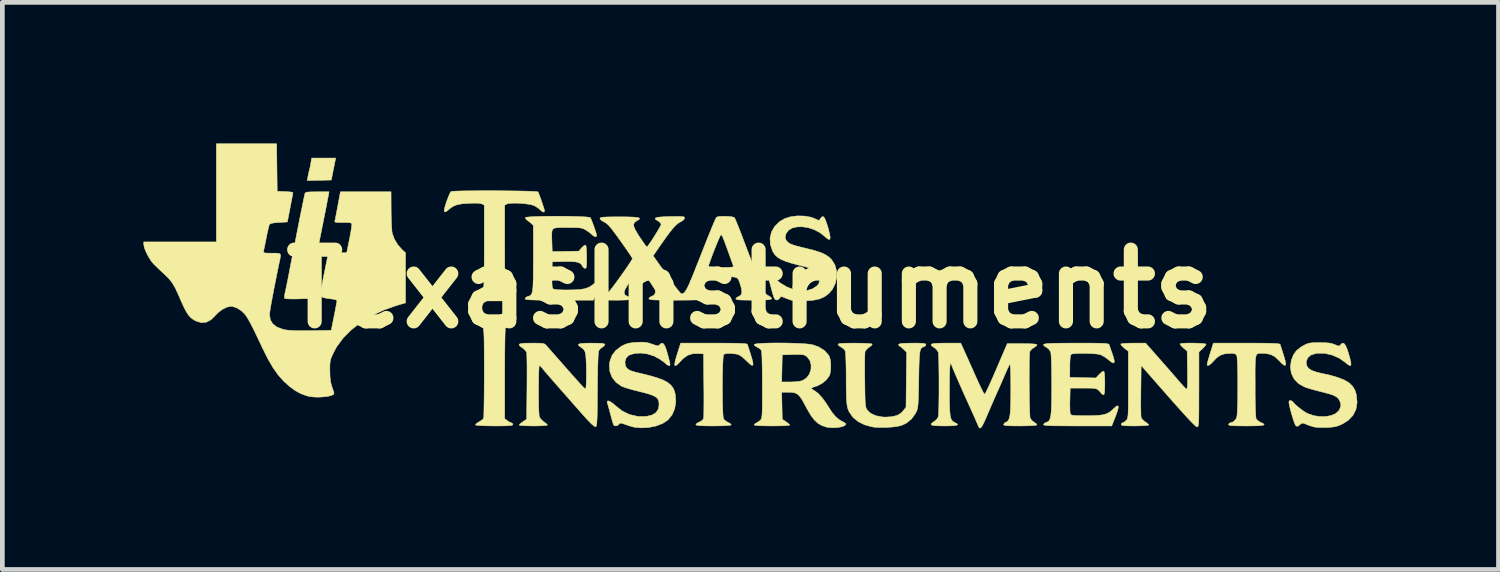
<source format=kicad_pcb>
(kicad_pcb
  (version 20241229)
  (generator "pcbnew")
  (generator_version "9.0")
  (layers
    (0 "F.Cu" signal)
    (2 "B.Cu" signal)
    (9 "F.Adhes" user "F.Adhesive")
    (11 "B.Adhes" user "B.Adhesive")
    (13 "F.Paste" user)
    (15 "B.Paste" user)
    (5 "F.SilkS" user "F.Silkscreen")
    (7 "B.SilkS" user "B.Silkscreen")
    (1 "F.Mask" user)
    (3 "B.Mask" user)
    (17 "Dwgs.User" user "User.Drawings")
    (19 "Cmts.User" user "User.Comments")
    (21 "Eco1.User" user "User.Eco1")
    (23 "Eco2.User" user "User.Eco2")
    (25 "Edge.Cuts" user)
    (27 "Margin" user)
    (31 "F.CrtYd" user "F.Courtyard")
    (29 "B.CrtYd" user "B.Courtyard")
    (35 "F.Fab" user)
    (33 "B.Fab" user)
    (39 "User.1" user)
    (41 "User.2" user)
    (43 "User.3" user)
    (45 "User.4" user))
  (footprint "TexasInstruments"
    (layer "F.Cu")
    (at 12.89 3.09)
    (property "Reference" "TexasInstruments" (at 0 0 0) (layer "F.SilkS") (effects (font (size 1.524 1.524) (thickness 0.3))))
    (attr through_hole)
    (fp_poly (pts (xy -8.853 -2.548) (xy -8.899 -2.314) (xy -9.41 -2.302) (xy -9.397 -2.384) (xy -9.382 -2.459) (xy -9.365 -2.528) (xy -9.364 -2.531) (xy -9.349 -2.596) (xy -9.334 -2.674) (xy -9.332 -2.689) (xy -9.317 -2.781) (xy -8.806 -2.781) (xy -8.853 -2.548)) (stroke (width 0.01) (type solid)) (fill yes) (layer "F.SilkS"))
    (fp_poly (pts (xy -8.958 -2.004) (xy -8.974 -1.921) (xy -8.993 -1.823) (xy -9.015 -1.706) (xy -9.043 -1.567) (xy -9.076 -1.401) (xy -9.115 -1.205) (xy -9.161 -0.974) (xy -9.215 -0.706) (xy -9.219 -0.684) (xy -9.397 0.206) (xy -9.64 0.213) (xy -9.738 0.213) (xy -9.82 0.211) (xy -9.875 0.206) (xy -9.894 0.201) (xy -9.896 0.17) (xy -9.889 0.114) (xy -9.883 0.086) (xy -9.871 0.032) (xy -9.856 -0.036) (xy -9.839 -0.123) (xy -9.816 -0.237) (xy -9.788 -0.384) (xy -9.766 -0.5) (xy -9.745 -0.608) (xy -9.721 -0.727) (xy -9.704 -0.815) (xy -9.684 -0.917) (xy -9.662 -1.025) (xy -9.648 -1.097) (xy -9.623 -1.228) (xy -9.595 -1.368) (xy -9.567 -1.511) (xy -9.539 -1.648) (xy -9.513 -1.775) (xy -9.491 -1.883) (xy -9.474 -1.965) (xy -9.463 -2.016) (xy -9.46 -2.026) (xy -9.45 -2.043) (xy -9.428 -2.054) (xy -9.386 -2.06) (xy -9.316 -2.063) (xy -9.21 -2.064) (xy -9.198 -2.064) (xy -8.947 -2.064) (xy -8.958 -2.004)) (stroke (width 0.01) (type solid)) (fill yes) (layer "F.SilkS"))
    (fp_poly (pts (xy -5.288 0.609) (xy -5.183 0.611) (xy -5.111 0.615) (xy -5.067 0.621) (xy -5.046 0.629) (xy -5.041 0.638) (xy -5.059 0.666) (xy -5.103 0.694) (xy -5.107 0.696) (xy -5.16 0.726) (xy -5.194 0.762) (xy -5.199 0.793) (xy -5.203 0.864) (xy -5.207 0.972) (xy -5.21 1.113) (xy -5.212 1.285) (xy -5.214 1.485) (xy -5.215 1.708) (xy -5.215 1.779) (xy -5.215 2.756) (xy -5.157 2.801) (xy -5.11 2.833) (xy -5.072 2.846) (xy -5.071 2.846) (xy -5.044 2.864) (xy -5.041 2.879) (xy -5.046 2.891) (xy -5.067 2.899) (xy -5.107 2.905) (xy -5.174 2.909) (xy -5.271 2.911) (xy -5.406 2.912) (xy -5.431 2.912) (xy -5.566 2.91) (xy -5.679 2.907) (xy -5.766 2.902) (xy -5.819 2.896) (xy -5.833 2.891) (xy -5.824 2.869) (xy -5.785 2.84) (xy -5.761 2.826) (xy -5.706 2.792) (xy -5.669 2.758) (xy -5.663 2.748) (xy -5.66 2.719) (xy -5.657 2.652) (xy -5.655 2.55) (xy -5.653 2.419) (xy -5.651 2.263) (xy -5.65 2.086) (xy -5.649 1.894) (xy -5.649 1.763) (xy -5.649 1.528) (xy -5.65 1.332) (xy -5.651 1.171) (xy -5.653 1.043) (xy -5.657 0.942) (xy -5.664 0.865) (xy -5.673 0.808) (xy -5.685 0.767) (xy -5.701 0.739) (xy -5.721 0.718) (xy -5.746 0.702) (xy -5.776 0.687) (xy -5.782 0.683) (xy -5.822 0.656) (xy -5.834 0.631) (xy -5.833 0.629) (xy -5.808 0.622) (xy -5.745 0.616) (xy -5.651 0.612) (xy -5.532 0.609) (xy -5.431 0.608) (xy -5.288 0.609)) (stroke (width 0.01) (type solid)) (fill yes) (layer "F.SilkS"))
    (fp_poly (pts (xy -0.566 1.152) (xy -0.402 1.153) (xy -0.274 1.155) (xy -0.18 1.159) (xy -0.114 1.163) (xy -0.075 1.169) (xy -0.057 1.176) (xy -0.056 1.179) (xy -0.046 1.211) (xy -0.026 1.273) (xy -0.00029 1.353) (xy 0.009 1.382) (xy 0.044 1.499) (xy 0.062 1.577) (xy 0.061 1.619) (xy 0.04 1.625) (xy -0.002 1.597) (xy -0.067 1.538) (xy -0.091 1.514) (xy -0.167 1.445) (xy -0.229 1.404) (xy -0.289 1.384) (xy -0.294 1.384) (xy -0.405 1.371) (xy -0.493 1.372) (xy -0.55 1.387) (xy -0.561 1.395) (xy -0.568 1.424) (xy -0.574 1.489) (xy -0.579 1.585) (xy -0.583 1.704) (xy -0.586 1.841) (xy -0.588 1.988) (xy -0.588 2.139) (xy -0.587 2.288) (xy -0.585 2.427) (xy -0.581 2.551) (xy -0.577 2.652) (xy -0.571 2.725) (xy -0.564 2.762) (xy -0.563 2.763) (xy -0.528 2.8) (xy -0.472 2.835) (xy -0.465 2.838) (xy -0.419 2.863) (xy -0.401 2.886) (xy -0.402 2.89) (xy -0.428 2.898) (xy -0.491 2.904) (xy -0.586 2.909) (xy -0.705 2.911) (xy -0.783 2.912) (xy -0.924 2.911) (xy -1.026 2.908) (xy -1.094 2.904) (xy -1.134 2.897) (xy -1.151 2.887) (xy -1.152 2.883) (xy -1.133 2.858) (xy -1.087 2.832) (xy -1.076 2.828) (xy -1.015 2.793) (xy -0.988 2.753) (xy -0.985 2.72) (xy -0.983 2.649) (xy -0.982 2.546) (xy -0.981 2.417) (xy -0.981 2.268) (xy -0.982 2.105) (xy -0.983 2.042) (xy -0.989 1.38) (xy -1.091 1.373) (xy -1.22 1.377) (xy -1.325 1.41) (xy -1.419 1.476) (xy -1.463 1.521) (xy -1.528 1.59) (xy -1.572 1.627) (xy -1.597 1.63) (xy -1.603 1.599) (xy -1.591 1.532) (xy -1.562 1.426) (xy -1.541 1.361) (xy -1.475 1.152) (xy -0.769 1.152) (xy -0.566 1.152)) (stroke (width 0.01) (type solid)) (fill yes) (layer "F.SilkS"))
    (fp_poly (pts (xy 10.755 1.152) (xy 10.919 1.153) (xy 11.046 1.155) (xy 11.141 1.159) (xy 11.206 1.163) (xy 11.246 1.169) (xy 11.263 1.176) (xy 11.265 1.179) (xy 11.275 1.21) (xy 11.295 1.273) (xy 11.321 1.355) (xy 11.338 1.408) (xy 11.37 1.519) (xy 11.383 1.59) (xy 11.375 1.624) (xy 11.347 1.621) (xy 11.298 1.582) (xy 11.243 1.524) (xy 11.154 1.44) (xy 11.061 1.392) (xy 10.95 1.371) (xy 10.893 1.369) (xy 10.849 1.368) (xy 10.813 1.369) (xy 10.786 1.376) (xy 10.766 1.394) (xy 10.752 1.426) (xy 10.742 1.478) (xy 10.737 1.554) (xy 10.734 1.658) (xy 10.733 1.794) (xy 10.734 1.968) (xy 10.734 2.057) (xy 10.734 2.276) (xy 10.737 2.455) (xy 10.741 2.595) (xy 10.746 2.694) (xy 10.753 2.751) (xy 10.757 2.763) (xy 10.793 2.801) (xy 10.848 2.835) (xy 10.855 2.838) (xy 10.905 2.861) (xy 10.925 2.879) (xy 10.914 2.893) (xy 10.869 2.902) (xy 10.788 2.908) (xy 10.667 2.911) (xy 10.549 2.912) (xy 10.41 2.911) (xy 10.309 2.909) (xy 10.239 2.906) (xy 10.197 2.9) (xy 10.175 2.892) (xy 10.169 2.88) (xy 10.169 2.879) (xy 10.187 2.851) (xy 10.207 2.846) (xy 10.27 2.824) (xy 10.322 2.769) (xy 10.342 2.729) (xy 10.348 2.69) (xy 10.354 2.615) (xy 10.358 2.511) (xy 10.362 2.385) (xy 10.364 2.245) (xy 10.364 2.096) (xy 10.364 1.946) (xy 10.363 1.802) (xy 10.36 1.671) (xy 10.356 1.559) (xy 10.351 1.474) (xy 10.345 1.422) (xy 10.342 1.411) (xy 10.315 1.383) (xy 10.267 1.371) (xy 10.217 1.369) (xy 10.093 1.378) (xy 9.997 1.408) (xy 9.915 1.464) (xy 9.859 1.522) (xy 9.796 1.589) (xy 9.748 1.624) (xy 9.72 1.626) (xy 9.712 1.603) (xy 9.719 1.573) (xy 9.735 1.511) (xy 9.76 1.428) (xy 9.779 1.364) (xy 9.846 1.152) (xy 10.551 1.152) (xy 10.755 1.152)) (stroke (width 0.01) (type solid)) (fill yes) (layer "F.SilkS"))
    (fp_poly (pts (xy -5.394 -2.086) (xy -5.221 -2.085) (xy -5.055 -2.083) (xy -4.902 -2.081) (xy -4.765 -2.078) (xy -4.653 -2.074) (xy -4.568 -2.07) (xy -4.519 -2.065) (xy -4.507 -2.062) (xy -4.491 -2.027) (xy -4.467 -1.965) (xy -4.439 -1.887) (xy -4.411 -1.805) (xy -4.387 -1.731) (xy -4.371 -1.677) (xy -4.367 -1.657) (xy -4.379 -1.632) (xy -4.412 -1.64) (xy -4.459 -1.679) (xy -4.463 -1.684) (xy -4.517 -1.728) (xy -4.585 -1.768) (xy -4.598 -1.774) (xy -4.662 -1.792) (xy -4.752 -1.807) (xy -4.856 -1.818) (xy -4.962 -1.823) (xy -5.058 -1.822) (xy -5.133 -1.816) (xy -5.168 -1.805) (xy -5.215 -1.78) (xy -5.215 -0.867) (xy -5.214 -0.647) (xy -5.213 -0.449) (xy -5.21 -0.277) (xy -5.207 -0.134) (xy -5.204 -0.024) (xy -5.199 0.05) (xy -5.194 0.084) (xy -5.194 0.085) (xy -5.16 0.121) (xy -5.107 0.152) (xy -5.062 0.179) (xy -5.041 0.207) (xy -5.041 0.209) (xy -5.048 0.22) (xy -5.074 0.228) (xy -5.123 0.234) (xy -5.201 0.237) (xy -5.313 0.239) (xy -5.432 0.239) (xy -5.573 0.239) (xy -5.676 0.237) (xy -5.747 0.234) (xy -5.792 0.228) (xy -5.815 0.22) (xy -5.823 0.209) (xy -5.823 0.206) (xy -5.805 0.174) (xy -5.771 0.153) (xy -5.742 0.142) (xy -5.718 0.128) (xy -5.699 0.11) (xy -5.684 0.082) (xy -5.672 0.041) (xy -5.663 -0.018) (xy -5.657 -0.097) (xy -5.653 -0.202) (xy -5.651 -0.336) (xy -5.65 -0.503) (xy -5.649 -0.706) (xy -5.649 -0.873) (xy -5.649 -1.78) (xy -5.697 -1.806) (xy -5.75 -1.819) (xy -5.845 -1.823) (xy -5.975 -1.82) (xy -6.111 -1.81) (xy -6.214 -1.792) (xy -6.295 -1.763) (xy -6.365 -1.72) (xy -6.415 -1.677) (xy -6.465 -1.639) (xy -6.493 -1.637) (xy -6.5 -1.672) (xy -6.485 -1.745) (xy -6.45 -1.855) (xy -6.449 -1.859) (xy -6.416 -1.945) (xy -6.387 -2.015) (xy -6.364 -2.06) (xy -6.356 -2.069) (xy -6.329 -2.074) (xy -6.263 -2.078) (xy -6.166 -2.081) (xy -6.042 -2.084) (xy -5.898 -2.085) (xy -5.738 -2.086) (xy -5.568 -2.086) (xy -5.394 -2.086)) (stroke (width 0.01) (type solid)) (fill yes) (layer "F.SilkS"))
    (fp_poly (pts (xy 9.494 1.153) (xy 9.579 1.157) (xy 9.646 1.163) (xy 9.685 1.17) (xy 9.691 1.175) (xy 9.676 1.202) (xy 9.639 1.246) (xy 9.615 1.27) (xy 9.539 1.341) (xy 9.539 2.137) (xy 9.538 2.344) (xy 9.538 2.512) (xy 9.537 2.644) (xy 9.536 2.746) (xy 9.533 2.82) (xy 9.529 2.872) (xy 9.524 2.905) (xy 9.517 2.923) (xy 9.509 2.931) (xy 9.498 2.933) (xy 9.498 2.933) (xy 9.471 2.917) (xy 9.418 2.867) (xy 9.339 2.786) (xy 9.235 2.673) (xy 9.106 2.53) (xy 8.953 2.358) (xy 8.884 2.28) (xy 8.311 1.626) (xy 8.305 2.155) (xy 8.304 2.304) (xy 8.303 2.442) (xy 8.304 2.56) (xy 8.306 2.652) (xy 8.308 2.712) (xy 8.31 2.73) (xy 8.335 2.772) (xy 8.384 2.815) (xy 8.398 2.825) (xy 8.445 2.858) (xy 8.472 2.886) (xy 8.474 2.892) (xy 8.453 2.899) (xy 8.397 2.905) (xy 8.312 2.909) (xy 8.207 2.911) (xy 8.181 2.912) (xy 8.06 2.911) (xy 7.977 2.908) (xy 7.925 2.903) (xy 7.897 2.895) (xy 7.888 2.883) (xy 7.887 2.879) (xy 7.903 2.85) (xy 7.916 2.846) (xy 7.95 2.832) (xy 7.992 2.796) (xy 7.992 2.796) (xy 8.005 2.781) (xy 8.015 2.764) (xy 8.023 2.74) (xy 8.029 2.704) (xy 8.034 2.652) (xy 8.036 2.578) (xy 8.038 2.479) (xy 8.039 2.349) (xy 8.039 2.183) (xy 8.039 2.037) (xy 8.039 1.327) (xy 7.953 1.258) (xy 7.906 1.215) (xy 7.88 1.182) (xy 7.878 1.17) (xy 7.903 1.163) (xy 7.963 1.157) (xy 8.048 1.153) (xy 8.148 1.152) (xy 8.406 1.152) (xy 8.706 1.492) (xy 8.806 1.606) (xy 8.906 1.72) (xy 8.997 1.825) (xy 9.074 1.914) (xy 9.13 1.979) (xy 9.132 1.981) (xy 9.191 2.047) (xy 9.24 2.098) (xy 9.273 2.126) (xy 9.28 2.129) (xy 9.289 2.108) (xy 9.294 2.044) (xy 9.297 1.94) (xy 9.296 1.797) (xy 9.295 1.725) (xy 9.289 1.321) (xy 9.206 1.252) (xy 9.162 1.209) (xy 9.139 1.177) (xy 9.139 1.167) (xy 9.167 1.159) (xy 9.227 1.154) (xy 9.308 1.151) (xy 9.4 1.151) (xy 9.494 1.153)) (stroke (width 0.01) (type solid)) (fill yes) (layer "F.SilkS"))
    (fp_poly (pts (xy 1.155 -1.549) (xy 1.291 -1.525) (xy 1.357 -1.501) (xy 1.465 -1.453) (xy 1.503 -1.504) (xy 1.533 -1.536) (xy 1.555 -1.536) (xy 1.573 -1.521) (xy 1.592 -1.487) (xy 1.618 -1.421) (xy 1.647 -1.336) (xy 1.662 -1.284) (xy 1.691 -1.17) (xy 1.702 -1.095) (xy 1.696 -1.056) (xy 1.67 -1.052) (xy 1.625 -1.082) (xy 1.592 -1.112) (xy 1.486 -1.195) (xy 1.367 -1.258) (xy 1.242 -1.3) (xy 1.118 -1.32) (xy 1.002 -1.319) (xy 0.9 -1.296) (xy 0.82 -1.25) (xy 0.768 -1.181) (xy 0.761 -1.164) (xy 0.746 -1.105) (xy 0.753 -1.061) (xy 0.771 -1.029) (xy 0.798 -0.997) (xy 0.834 -0.969) (xy 0.888 -0.944) (xy 0.966 -0.918) (xy 1.073 -0.89) (xy 1.206 -0.858) (xy 1.372 -0.816) (xy 1.503 -0.773) (xy 1.603 -0.726) (xy 1.682 -0.672) (xy 1.734 -0.621) (xy 1.802 -0.512) (xy 1.838 -0.385) (xy 1.841 -0.25) (xy 1.811 -0.116) (xy 1.751 0.007) (xy 1.68 0.091) (xy 1.588 0.162) (xy 1.481 0.211) (xy 1.349 0.24) (xy 1.185 0.253) (xy 1.173 0.253) (xy 1.071 0.254) (xy 0.978 0.251) (xy 0.907 0.245) (xy 0.88 0.241) (xy 0.815 0.219) (xy 0.743 0.191) (xy 0.734 0.187) (xy 0.682 0.166) (xy 0.654 0.165) (xy 0.636 0.185) (xy 0.629 0.197) (xy 0.59 0.232) (xy 0.559 0.235) (xy 0.536 0.226) (xy 0.517 0.201) (xy 0.497 0.153) (xy 0.473 0.075) (xy 0.457 0.011) (xy 0.432 -0.084) (xy 0.409 -0.166) (xy 0.393 -0.223) (xy 0.386 -0.243) (xy 0.387 -0.285) (xy 0.399 -0.302) (xy 0.425 -0.307) (xy 0.464 -0.283) (xy 0.512 -0.237) (xy 0.643 -0.125) (xy 0.784 -0.041) (xy 0.93 0.015) (xy 1.075 0.04) (xy 1.211 0.034) (xy 1.334 -0.005) (xy 1.428 -0.07) (xy 1.462 -0.115) (xy 1.476 -0.176) (xy 1.478 -0.22) (xy 1.475 -0.281) (xy 1.462 -0.329) (xy 1.435 -0.367) (xy 1.388 -0.399) (xy 1.315 -0.429) (xy 1.211 -0.461) (xy 1.071 -0.496) (xy 1.052 -0.501) (xy 0.885 -0.545) (xy 0.755 -0.586) (xy 0.656 -0.628) (xy 0.582 -0.674) (xy 0.527 -0.728) (xy 0.485 -0.791) (xy 0.479 -0.804) (xy 0.431 -0.943) (xy 0.424 -1.081) (xy 0.456 -1.212) (xy 0.525 -1.33) (xy 0.627 -1.43) (xy 0.738 -1.495) (xy 0.862 -1.534) (xy 1.006 -1.552) (xy 1.155 -1.549)) (stroke (width 0.01) (type solid)) (fill yes) (layer "F.SilkS"))
    (fp_poly (pts (xy 3.574 1.152) (xy 3.655 1.155) (xy 3.705 1.161) (xy 3.731 1.17) (xy 3.737 1.183) (xy 3.719 1.214) (xy 3.696 1.227) (xy 3.668 1.237) (xy 3.646 1.252) (xy 3.628 1.276) (xy 3.615 1.314) (xy 3.605 1.371) (xy 3.598 1.451) (xy 3.593 1.559) (xy 3.589 1.7) (xy 3.586 1.879) (xy 3.585 1.921) (xy 3.582 2.1) (xy 3.579 2.241) (xy 3.575 2.35) (xy 3.571 2.432) (xy 3.565 2.494) (xy 3.558 2.539) (xy 3.548 2.575) (xy 3.535 2.606) (xy 3.52 2.637) (xy 3.433 2.762) (xy 3.317 2.855) (xy 3.217 2.901) (xy 3.13 2.922) (xy 3.013 2.936) (xy 2.883 2.944) (xy 2.752 2.945) (xy 2.636 2.938) (xy 2.604 2.933) (xy 2.44 2.89) (xy 2.298 2.82) (xy 2.185 2.726) (xy 2.105 2.612) (xy 2.076 2.539) (xy 2.065 2.491) (xy 2.056 2.429) (xy 2.05 2.348) (xy 2.046 2.242) (xy 2.043 2.105) (xy 2.042 1.932) (xy 2.042 1.899) (xy 2.042 1.749) (xy 2.039 1.611) (xy 2.036 1.492) (xy 2.031 1.399) (xy 2.026 1.338) (xy 2.022 1.318) (xy 1.988 1.272) (xy 1.935 1.236) (xy 1.935 1.236) (xy 1.89 1.208) (xy 1.869 1.181) (xy 1.869 1.179) (xy 1.879 1.168) (xy 1.914 1.16) (xy 1.978 1.155) (xy 2.076 1.153) (xy 2.212 1.152) (xy 2.226 1.152) (xy 2.346 1.153) (xy 2.451 1.156) (xy 2.532 1.161) (xy 2.582 1.167) (xy 2.595 1.171) (xy 2.587 1.194) (xy 2.55 1.226) (xy 2.531 1.238) (xy 2.48 1.28) (xy 2.447 1.324) (xy 2.443 1.334) (xy 2.44 1.368) (xy 2.438 1.44) (xy 2.436 1.542) (xy 2.436 1.668) (xy 2.436 1.813) (xy 2.438 1.946) (xy 2.44 2.118) (xy 2.442 2.251) (xy 2.445 2.352) (xy 2.449 2.426) (xy 2.455 2.48) (xy 2.462 2.517) (xy 2.472 2.544) (xy 2.486 2.567) (xy 2.494 2.579) (xy 2.566 2.646) (xy 2.672 2.694) (xy 2.801 2.72) (xy 2.876 2.724) (xy 3.02 2.715) (xy 3.13 2.686) (xy 3.213 2.635) (xy 3.253 2.592) (xy 3.314 2.513) (xy 3.32 1.93) (xy 3.327 1.346) (xy 3.266 1.285) (xy 3.219 1.243) (xy 3.18 1.216) (xy 3.174 1.214) (xy 3.155 1.191) (xy 3.159 1.177) (xy 3.185 1.165) (xy 3.248 1.157) (xy 3.351 1.153) (xy 3.456 1.152) (xy 3.574 1.152)) (stroke (width 0.01) (type solid)) (fill yes) (layer "F.SilkS"))
    (fp_poly (pts (xy -2.227 1.135) (xy -2.158 1.148) (xy -2.082 1.173) (xy -2.009 1.198) (xy -1.966 1.209) (xy -1.941 1.205) (xy -1.923 1.188) (xy -1.921 1.185) (xy -1.883 1.152) (xy -1.848 1.159) (xy -1.813 1.207) (xy -1.779 1.297) (xy -1.767 1.336) (xy -1.735 1.452) (xy -1.714 1.533) (xy -1.703 1.585) (xy -1.701 1.614) (xy -1.708 1.627) (xy -1.722 1.63) (xy -1.723 1.63) (xy -1.763 1.614) (xy -1.781 1.598) (xy -1.812 1.569) (xy -1.868 1.528) (xy -1.925 1.488) (xy -2.049 1.423) (xy -2.185 1.381) (xy -2.323 1.363) (xy -2.451 1.37) (xy -2.56 1.403) (xy -2.585 1.417) (xy -2.636 1.472) (xy -2.659 1.547) (xy -2.651 1.626) (xy -2.642 1.647) (xy -2.615 1.687) (xy -2.577 1.718) (xy -2.517 1.745) (xy -2.429 1.771) (xy -2.336 1.793) (xy -2.136 1.842) (xy -1.975 1.889) (xy -1.848 1.936) (xy -1.752 1.988) (xy -1.682 2.045) (xy -1.633 2.111) (xy -1.602 2.189) (xy -1.59 2.242) (xy -1.578 2.398) (xy -1.602 2.546) (xy -1.658 2.677) (xy -1.743 2.782) (xy -1.749 2.787) (xy -1.86 2.86) (xy -2 2.913) (xy -2.159 2.945) (xy -2.326 2.952) (xy -2.455 2.94) (xy -2.505 2.928) (xy -2.577 2.906) (xy -2.637 2.885) (xy -2.708 2.861) (xy -2.749 2.852) (xy -2.771 2.857) (xy -2.785 2.875) (xy -2.819 2.904) (xy -2.864 2.911) (xy -2.898 2.894) (xy -2.9 2.892) (xy -2.91 2.863) (xy -2.928 2.803) (xy -2.951 2.721) (xy -2.965 2.669) (xy -2.989 2.577) (xy -3.011 2.498) (xy -3.027 2.443) (xy -3.032 2.428) (xy -3.037 2.389) (xy -3.016 2.378) (xy -2.973 2.394) (xy -2.913 2.435) (xy -2.868 2.475) (xy -2.72 2.592) (xy -2.566 2.668) (xy -2.398 2.707) (xy -2.352 2.711) (xy -2.203 2.709) (xy -2.085 2.681) (xy -1.999 2.629) (xy -1.949 2.553) (xy -1.934 2.465) (xy -1.938 2.402) (xy -1.953 2.351) (xy -1.986 2.31) (xy -2.041 2.275) (xy -2.123 2.242) (xy -2.237 2.209) (xy -2.376 2.174) (xy -2.488 2.146) (xy -2.593 2.116) (xy -2.678 2.088) (xy -2.733 2.067) (xy -2.734 2.066) (xy -2.85 1.984) (xy -2.933 1.877) (xy -2.981 1.751) (xy -2.99 1.611) (xy -2.981 1.546) (xy -2.935 1.415) (xy -2.855 1.309) (xy -2.739 1.221) (xy -2.717 1.208) (xy -2.647 1.175) (xy -2.579 1.154) (xy -2.495 1.141) (xy -2.409 1.135) (xy -2.305 1.131) (xy -2.227 1.135)) (stroke (width 0.01) (type solid)) (fill yes) (layer "F.SilkS"))
    (fp_poly (pts (xy 12.22 1.143) (xy 12.306 1.15) (xy 12.372 1.163) (xy 12.426 1.183) (xy 12.484 1.208) (xy 12.516 1.214) (xy 12.536 1.202) (xy 12.549 1.187) (xy 12.584 1.153) (xy 12.618 1.156) (xy 12.652 1.197) (xy 12.687 1.277) (xy 12.714 1.358) (xy 12.749 1.481) (xy 12.768 1.565) (xy 12.77 1.615) (xy 12.754 1.631) (xy 12.72 1.617) (xy 12.666 1.576) (xy 12.653 1.564) (xy 12.521 1.471) (xy 12.37 1.405) (xy 12.213 1.369) (xy 12.061 1.366) (xy 12.021 1.372) (xy 11.917 1.406) (xy 11.851 1.462) (xy 11.822 1.54) (xy 11.82 1.566) (xy 11.831 1.635) (xy 11.869 1.689) (xy 11.937 1.733) (xy 12.04 1.769) (xy 12.137 1.792) (xy 12.342 1.838) (xy 12.507 1.887) (xy 12.636 1.94) (xy 12.735 2) (xy 12.806 2.07) (xy 12.855 2.152) (xy 12.884 2.248) (xy 12.9 2.411) (xy 12.877 2.557) (xy 12.815 2.684) (xy 12.715 2.79) (xy 12.6 2.863) (xy 12.522 2.9) (xy 12.452 2.923) (xy 12.373 2.936) (xy 12.268 2.944) (xy 12.265 2.944) (xy 12.165 2.946) (xy 12.071 2.943) (xy 11.999 2.936) (xy 11.983 2.933) (xy 11.901 2.908) (xy 11.82 2.878) (xy 11.814 2.875) (xy 11.761 2.854) (xy 11.728 2.853) (xy 11.697 2.873) (xy 11.683 2.886) (xy 11.643 2.917) (xy 11.613 2.916) (xy 11.598 2.906) (xy 11.581 2.877) (xy 11.558 2.816) (xy 11.531 2.734) (xy 11.504 2.642) (xy 11.479 2.55) (xy 11.461 2.47) (xy 11.451 2.412) (xy 11.451 2.4) (xy 11.464 2.373) (xy 11.497 2.373) (xy 11.534 2.399) (xy 11.543 2.411) (xy 11.581 2.452) (xy 11.643 2.506) (xy 11.716 2.563) (xy 11.787 2.613) (xy 11.842 2.645) (xy 11.969 2.69) (xy 12.101 2.712) (xy 12.229 2.712) (xy 12.346 2.691) (xy 12.443 2.65) (xy 12.511 2.589) (xy 12.525 2.567) (xy 12.553 2.495) (xy 12.553 2.434) (xy 12.526 2.368) (xy 12.497 2.325) (xy 12.456 2.29) (xy 12.396 2.259) (xy 12.31 2.23) (xy 12.19 2.198) (xy 12.132 2.184) (xy 12.022 2.156) (xy 11.914 2.126) (xy 11.825 2.098) (xy 11.782 2.083) (xy 11.656 2.012) (xy 11.562 1.914) (xy 11.503 1.796) (xy 11.482 1.664) (xy 11.501 1.522) (xy 11.503 1.515) (xy 11.548 1.4) (xy 11.612 1.311) (xy 11.706 1.236) (xy 11.758 1.205) (xy 11.814 1.176) (xy 11.863 1.158) (xy 11.918 1.147) (xy 11.99 1.142) (xy 12.093 1.141) (xy 12.103 1.141) (xy 12.22 1.143)) (stroke (width 0.01) (type solid)) (fill yes) (layer "F.SilkS"))
    (fp_poly (pts (xy -3.892 -1.544) (xy -3.751 -1.541) (xy -3.626 -1.537) (xy -3.521 -1.532) (xy -3.444 -1.526) (xy -3.402 -1.519) (xy -3.396 -1.516) (xy -3.379 -1.483) (xy -3.354 -1.421) (xy -3.325 -1.344) (xy -3.297 -1.264) (xy -3.274 -1.193) (xy -3.261 -1.144) (xy -3.259 -1.132) (xy -3.274 -1.11) (xy -3.307 -1.114) (xy -3.344 -1.139) (xy -3.349 -1.144) (xy -3.384 -1.177) (xy -3.441 -1.219) (xy -3.475 -1.242) (xy -3.515 -1.266) (xy -3.551 -1.283) (xy -3.591 -1.294) (xy -3.646 -1.3) (xy -3.723 -1.303) (xy -3.832 -1.304) (xy -3.882 -1.304) (xy -4.01 -1.304) (xy -4.101 -1.301) (xy -4.161 -1.29) (xy -4.196 -1.264) (xy -4.212 -1.218) (xy -4.215 -1.147) (xy -4.212 -1.044) (xy -4.211 -1) (xy -4.204 -0.794) (xy -3.922 -0.798) (xy -3.639 -0.803) (xy -3.582 -0.871) (xy -3.54 -0.912) (xy -3.505 -0.931) (xy -3.498 -0.931) (xy -3.486 -0.909) (xy -3.478 -0.851) (xy -3.474 -0.756) (xy -3.473 -0.622) (xy -3.476 -0.478) (xy -3.488 -0.442) (xy -3.517 -0.438) (xy -3.551 -0.465) (xy -3.568 -0.493) (xy -3.595 -0.531) (xy -3.638 -0.558) (xy -3.703 -0.574) (xy -3.796 -0.582) (xy -3.925 -0.583) (xy -3.971 -0.582) (xy -4.204 -0.576) (xy -4.21 -0.307) (xy -4.211 -0.168) (xy -4.207 -0.071) (xy -4.196 -0.017) (xy -4.192 -0.008) (xy -4.169 0.005) (xy -4.124 0.014) (xy -4.049 0.019) (xy -3.94 0.022) (xy -3.885 0.022) (xy -3.728 0.019) (xy -3.606 0.011) (xy -3.511 -0.005) (xy -3.434 -0.032) (xy -3.368 -0.07) (xy -3.316 -0.111) (xy -3.244 -0.169) (xy -3.196 -0.194) (xy -3.174 -0.186) (xy -3.172 -0.176) (xy -3.18 -0.147) (xy -3.199 -0.089) (xy -3.226 -0.015) (xy -3.257 0.065) (xy -3.286 0.137) (xy -3.304 0.179) (xy -3.331 0.239) (xy -4.056 0.239) (xy -4.255 0.239) (xy -4.415 0.238) (xy -4.539 0.237) (xy -4.633 0.234) (xy -4.699 0.231) (xy -4.743 0.226) (xy -4.768 0.22) (xy -4.779 0.212) (xy -4.78 0.207) (xy -4.762 0.178) (xy -4.725 0.161) (xy -4.694 0.152) (xy -4.669 0.139) (xy -4.649 0.118) (xy -4.634 0.085) (xy -4.623 0.036) (xy -4.615 -0.035) (xy -4.61 -0.132) (xy -4.608 -0.258) (xy -4.607 -0.418) (xy -4.606 -0.617) (xy -4.606 -0.647) (xy -4.606 -1.349) (xy -4.656 -1.397) (xy -4.706 -1.439) (xy -4.747 -1.468) (xy -4.774 -1.497) (xy -4.772 -1.517) (xy -4.746 -1.525) (xy -4.683 -1.531) (xy -4.59 -1.537) (xy -4.472 -1.541) (xy -4.337 -1.543) (xy -4.191 -1.545) (xy -4.041 -1.545) (xy -3.892 -1.544)) (stroke (width 0.01) (type solid)) (fill yes) (layer "F.SilkS"))
    (fp_poly (pts (xy 0.776 1.15) (xy 0.917 1.154) (xy 1.05 1.159) (xy 1.166 1.166) (xy 1.261 1.175) (xy 1.324 1.185) (xy 1.46 1.233) (xy 1.576 1.306) (xy 1.663 1.399) (xy 1.684 1.435) (xy 1.705 1.503) (xy 1.715 1.595) (xy 1.714 1.695) (xy 1.704 1.786) (xy 1.685 1.845) (xy 1.623 1.929) (xy 1.534 2.004) (xy 1.435 2.058) (xy 1.4 2.069) (xy 1.343 2.088) (xy 1.308 2.105) (xy 1.304 2.112) (xy 1.321 2.132) (xy 1.363 2.159) (xy 1.365 2.16) (xy 1.443 2.217) (xy 1.529 2.309) (xy 1.618 2.431) (xy 1.661 2.499) (xy 1.745 2.628) (xy 1.824 2.721) (xy 1.904 2.786) (xy 1.958 2.815) (xy 2.008 2.843) (xy 2.035 2.869) (xy 2.036 2.877) (xy 2.006 2.907) (xy 1.943 2.93) (xy 1.859 2.945) (xy 1.764 2.95) (xy 1.67 2.944) (xy 1.619 2.935) (xy 1.524 2.903) (xy 1.441 2.854) (xy 1.365 2.783) (xy 1.29 2.684) (xy 1.212 2.551) (xy 1.172 2.477) (xy 1.112 2.365) (xy 1.059 2.286) (xy 1.008 2.236) (xy 0.949 2.208) (xy 0.875 2.197) (xy 0.804 2.195) (xy 0.672 2.195) (xy 0.678 2.482) (xy 0.684 2.769) (xy 0.76 2.82) (xy 0.81 2.856) (xy 0.84 2.885) (xy 0.844 2.891) (xy 0.826 2.898) (xy 0.769 2.904) (xy 0.677 2.909) (xy 0.557 2.911) (xy 0.469 2.912) (xy 0.315 2.91) (xy 0.199 2.907) (xy 0.123 2.9) (xy 0.089 2.892) (xy 0.087 2.889) (xy 0.105 2.864) (xy 0.125 2.853) (xy 0.169 2.829) (xy 0.212 2.796) (xy 0.225 2.783) (xy 0.236 2.768) (xy 0.244 2.746) (xy 0.25 2.713) (xy 0.255 2.664) (xy 0.258 2.594) (xy 0.26 2.499) (xy 0.26 2.373) (xy 0.261 2.213) (xy 0.261 2.048) (xy 0.26 1.977) (xy 0.672 1.977) (xy 0.858 1.977) (xy 0.964 1.973) (xy 1.055 1.963) (xy 1.116 1.947) (xy 1.201 1.891) (xy 1.26 1.811) (xy 1.293 1.716) (xy 1.297 1.616) (xy 1.272 1.523) (xy 1.214 1.445) (xy 1.202 1.435) (xy 1.171 1.414) (xy 1.136 1.401) (xy 1.086 1.395) (xy 1.012 1.393) (xy 0.914 1.395) (xy 0.684 1.401) (xy 0.678 1.689) (xy 0.672 1.977) (xy 0.26 1.977) (xy 0.26 1.862) (xy 0.258 1.695) (xy 0.255 1.552) (xy 0.252 1.437) (xy 0.247 1.355) (xy 0.242 1.311) (xy 0.24 1.305) (xy 0.206 1.27) (xy 0.153 1.239) (xy 0.108 1.212) (xy 0.087 1.183) (xy 0.087 1.182) (xy 0.108 1.171) (xy 0.165 1.163) (xy 0.253 1.156) (xy 0.364 1.152) (xy 0.493 1.149) (xy 0.633 1.149) (xy 0.776 1.15)) (stroke (width 0.01) (type solid)) (fill yes) (layer "F.SilkS"))
    (fp_poly (pts (xy 7.121 1.152) (xy 7.274 1.152) (xy 7.393 1.154) (xy 7.482 1.156) (xy 7.546 1.159) (xy 7.588 1.164) (xy 7.614 1.171) (xy 7.627 1.179) (xy 7.633 1.189) (xy 7.633 1.19) (xy 7.646 1.228) (xy 7.668 1.294) (xy 7.696 1.374) (xy 7.702 1.389) (xy 7.732 1.487) (xy 7.742 1.548) (xy 7.729 1.574) (xy 7.693 1.564) (xy 7.634 1.52) (xy 7.618 1.506) (xy 7.548 1.453) (xy 7.475 1.411) (xy 7.435 1.394) (xy 7.38 1.384) (xy 7.297 1.377) (xy 7.198 1.372) (xy 7.093 1.37) (xy 6.992 1.37) (xy 6.907 1.374) (xy 6.847 1.381) (xy 6.826 1.388) (xy 6.812 1.411) (xy 6.803 1.464) (xy 6.797 1.551) (xy 6.796 1.643) (xy 6.794 1.879) (xy 7.349 1.892) (xy 7.422 1.814) (xy 7.469 1.771) (xy 7.505 1.749) (xy 7.518 1.749) (xy 7.527 1.775) (xy 7.534 1.834) (xy 7.538 1.914) (xy 7.539 2.005) (xy 7.538 2.094) (xy 7.534 2.172) (xy 7.527 2.227) (xy 7.519 2.248) (xy 7.491 2.244) (xy 7.47 2.226) (xy 7.431 2.178) (xy 7.398 2.146) (xy 7.364 2.125) (xy 7.318 2.114) (xy 7.252 2.109) (xy 7.157 2.108) (xy 7.085 2.108) (xy 6.803 2.108) (xy 6.797 2.359) (xy 6.795 2.463) (xy 6.797 2.554) (xy 6.8 2.621) (xy 6.806 2.652) (xy 6.814 2.668) (xy 6.832 2.68) (xy 6.864 2.687) (xy 6.918 2.691) (xy 7 2.693) (xy 7.118 2.694) (xy 7.153 2.694) (xy 7.307 2.692) (xy 7.426 2.685) (xy 7.517 2.671) (xy 7.589 2.648) (xy 7.649 2.613) (xy 7.706 2.565) (xy 7.73 2.541) (xy 7.784 2.493) (xy 7.816 2.483) (xy 7.826 2.509) (xy 7.814 2.573) (xy 7.78 2.673) (xy 7.765 2.712) (xy 7.685 2.912) (xy 6.961 2.912) (xy 6.76 2.911) (xy 6.599 2.91) (xy 6.473 2.909) (xy 6.379 2.906) (xy 6.312 2.902) (xy 6.268 2.897) (xy 6.244 2.891) (xy 6.236 2.883) (xy 6.236 2.881) (xy 6.254 2.854) (xy 6.292 2.837) (xy 6.323 2.826) (xy 6.348 2.808) (xy 6.368 2.777) (xy 6.383 2.731) (xy 6.394 2.664) (xy 6.402 2.572) (xy 6.406 2.452) (xy 6.409 2.297) (xy 6.41 2.105) (xy 6.41 2.034) (xy 6.409 1.856) (xy 6.407 1.696) (xy 6.404 1.559) (xy 6.399 1.45) (xy 6.394 1.374) (xy 6.388 1.337) (xy 6.388 1.337) (xy 6.354 1.286) (xy 6.302 1.243) (xy 6.301 1.243) (xy 6.262 1.219) (xy 6.239 1.2) (xy 6.234 1.185) (xy 6.252 1.173) (xy 6.294 1.164) (xy 6.365 1.159) (xy 6.468 1.155) (xy 6.606 1.153) (xy 6.781 1.152) (xy 6.929 1.152) (xy 7.121 1.152)) (stroke (width 0.01) (type solid)) (fill yes) (layer "F.SilkS"))
    (fp_poly (pts (xy -3.247 1.153) (xy -3.165 1.156) (xy -3.114 1.162) (xy -3.09 1.172) (xy -3.085 1.181) (xy -3.103 1.211) (xy -3.137 1.237) (xy -3.187 1.276) (xy -3.214 1.312) (xy -3.221 1.347) (xy -3.228 1.424) (xy -3.233 1.542) (xy -3.238 1.702) (xy -3.241 1.904) (xy -3.243 2.14) (xy -3.245 2.346) (xy -3.246 2.513) (xy -3.248 2.645) (xy -3.251 2.745) (xy -3.255 2.819) (xy -3.259 2.87) (xy -3.265 2.902) (xy -3.272 2.92) (xy -3.281 2.928) (xy -3.284 2.929) (xy -3.315 2.915) (xy -3.369 2.87) (xy -3.442 2.796) (xy -3.49 2.744) (xy -3.612 2.607) (xy -3.736 2.466) (xy -3.86 2.325) (xy -3.981 2.188) (xy -4.094 2.059) (xy -4.197 1.941) (xy -4.285 1.84) (xy -4.355 1.759) (xy -4.403 1.702) (xy -4.426 1.673) (xy -4.427 1.672) (xy -4.458 1.639) (xy -4.477 1.63) (xy -4.483 1.65) (xy -4.487 1.707) (xy -4.491 1.793) (xy -4.493 1.902) (xy -4.495 2.025) (xy -4.495 2.157) (xy -4.495 2.289) (xy -4.493 2.416) (xy -4.491 2.529) (xy -4.487 2.623) (xy -4.483 2.688) (xy -4.478 2.716) (xy -4.451 2.762) (xy -4.402 2.81) (xy -4.388 2.82) (xy -4.339 2.856) (xy -4.309 2.885) (xy -4.306 2.891) (xy -4.323 2.899) (xy -4.379 2.905) (xy -4.468 2.91) (xy -4.583 2.912) (xy -4.606 2.912) (xy -4.726 2.91) (xy -4.82 2.906) (xy -4.882 2.9) (xy -4.907 2.893) (xy -4.907 2.891) (xy -4.886 2.867) (xy -4.841 2.832) (xy -4.824 2.82) (xy -4.748 2.769) (xy -4.741 2.085) (xy -4.74 1.915) (xy -4.74 1.757) (xy -4.74 1.617) (xy -4.742 1.501) (xy -4.744 1.414) (xy -4.746 1.363) (xy -4.747 1.352) (xy -4.773 1.31) (xy -4.821 1.264) (xy -4.835 1.255) (xy -4.887 1.217) (xy -4.91 1.19) (xy -4.9 1.171) (xy -4.855 1.159) (xy -4.773 1.153) (xy -4.65 1.152) (xy -4.643 1.152) (xy -4.531 1.152) (xy -4.453 1.154) (xy -4.403 1.159) (xy -4.37 1.169) (xy -4.346 1.186) (xy -4.322 1.211) (xy -4.322 1.211) (xy -4.143 1.415) (xy -3.991 1.588) (xy -3.864 1.733) (xy -3.759 1.851) (xy -3.675 1.945) (xy -3.61 2.017) (xy -3.561 2.069) (xy -3.527 2.104) (xy -3.506 2.123) (xy -3.497 2.129) (xy -3.497 2.129) (xy -3.49 2.109) (xy -3.484 2.054) (xy -3.481 1.972) (xy -3.479 1.872) (xy -3.478 1.762) (xy -3.48 1.65) (xy -3.483 1.546) (xy -3.488 1.457) (xy -3.494 1.392) (xy -3.494 1.391) (xy -3.512 1.321) (xy -3.545 1.275) (xy -3.579 1.25) (xy -3.629 1.215) (xy -3.65 1.189) (xy -3.639 1.171) (xy -3.594 1.16) (xy -3.511 1.154) (xy -3.387 1.152) (xy -3.368 1.152) (xy -3.247 1.153)) (stroke (width 0.01) (type solid)) (fill yes) (layer "F.SilkS"))
    (fp_poly (pts (xy 4.539 1.287) (xy 4.58 1.378) (xy 4.623 1.473) (xy 4.649 1.532) (xy 4.736 1.726) (xy 4.806 1.884) (xy 4.863 2.008) (xy 4.907 2.101) (xy 4.94 2.168) (xy 4.963 2.21) (xy 4.979 2.232) (xy 4.987 2.236) (xy 5.001 2.216) (xy 5.029 2.16) (xy 5.07 2.075) (xy 5.119 1.966) (xy 5.176 1.837) (xy 5.237 1.696) (xy 5.466 1.162) (xy 5.779 1.162) (xy 5.908 1.164) (xy 6.008 1.168) (xy 6.073 1.175) (xy 6.098 1.184) (xy 6.098 1.185) (xy 6.086 1.208) (xy 6.046 1.238) (xy 6.032 1.247) (xy 5.98 1.285) (xy 5.947 1.326) (xy 5.945 1.333) (xy 5.94 1.372) (xy 5.937 1.447) (xy 5.934 1.551) (xy 5.933 1.677) (xy 5.932 1.82) (xy 5.932 1.973) (xy 5.933 2.128) (xy 5.935 2.279) (xy 5.937 2.42) (xy 5.94 2.544) (xy 5.944 2.644) (xy 5.948 2.714) (xy 5.953 2.746) (xy 5.986 2.794) (xy 6.039 2.835) (xy 6.04 2.835) (xy 6.081 2.864) (xy 6.095 2.888) (xy 6.094 2.891) (xy 6.069 2.898) (xy 6.007 2.904) (xy 5.915 2.909) (xy 5.8 2.911) (xy 5.735 2.912) (xy 5.602 2.911) (xy 5.507 2.909) (xy 5.444 2.905) (xy 5.407 2.898) (xy 5.391 2.888) (xy 5.389 2.88) (xy 5.407 2.849) (xy 5.43 2.836) (xy 5.461 2.822) (xy 5.486 2.797) (xy 5.506 2.758) (xy 5.52 2.699) (xy 5.53 2.617) (xy 5.536 2.506) (xy 5.539 2.362) (xy 5.541 2.18) (xy 5.541 2.127) (xy 5.54 1.96) (xy 5.538 1.82) (xy 5.534 1.712) (xy 5.53 1.637) (xy 5.524 1.601) (xy 5.521 1.598) (xy 5.505 1.625) (xy 5.476 1.684) (xy 5.44 1.765) (xy 5.404 1.847) (xy 5.357 1.957) (xy 5.308 2.069) (xy 5.264 2.168) (xy 5.242 2.216) (xy 5.208 2.292) (xy 5.163 2.395) (xy 5.113 2.511) (xy 5.063 2.627) (xy 5.062 2.629) (xy 5.005 2.763) (xy 4.96 2.859) (xy 4.926 2.922) (xy 4.9 2.953) (xy 4.879 2.957) (xy 4.861 2.937) (xy 4.847 2.904) (xy 4.83 2.865) (xy 4.8 2.796) (xy 4.761 2.707) (xy 4.72 2.616) (xy 4.631 2.42) (xy 4.548 2.237) (xy 4.474 2.069) (xy 4.409 1.922) (xy 4.356 1.798) (xy 4.315 1.703) (xy 4.29 1.639) (xy 4.28 1.61) (xy 4.28 1.61) (xy 4.265 1.587) (xy 4.259 1.586) (xy 4.251 1.608) (xy 4.246 1.671) (xy 4.241 1.773) (xy 4.238 1.914) (xy 4.237 2.092) (xy 4.237 2.141) (xy 4.237 2.327) (xy 4.239 2.474) (xy 4.244 2.588) (xy 4.251 2.673) (xy 4.262 2.735) (xy 4.279 2.778) (xy 4.301 2.808) (xy 4.329 2.829) (xy 4.355 2.842) (xy 4.4 2.866) (xy 4.41 2.885) (xy 4.384 2.898) (xy 4.319 2.907) (xy 4.214 2.911) (xy 4.128 2.912) (xy 4 2.91) (xy 3.911 2.905) (xy 3.861 2.894) (xy 3.846 2.877) (xy 3.862 2.852) (xy 3.909 2.819) (xy 3.916 2.814) (xy 3.967 2.77) (xy 3.999 2.721) (xy 4 2.716) (xy 4.004 2.681) (xy 4.008 2.608) (xy 4.011 2.504) (xy 4.013 2.375) (xy 4.015 2.226) (xy 4.015 2.064) (xy 4.015 2.032) (xy 4.015 1.868) (xy 4.013 1.716) (xy 4.011 1.583) (xy 4.008 1.473) (xy 4.005 1.394) (xy 4.001 1.351) (xy 4 1.347) (xy 3.972 1.299) (xy 3.923 1.254) (xy 3.916 1.249) (xy 3.868 1.216) (xy 3.846 1.19) (xy 3.855 1.173) (xy 3.896 1.161) (xy 3.973 1.155) (xy 4.09 1.152) (xy 4.162 1.152) (xy 4.477 1.152) (xy 4.539 1.287)) (stroke (width 0.01) (type solid)) (fill yes) (layer "F.SilkS"))
    (fp_poly (pts (xy -10.055 -2.58) (xy -10.049 -2.075) (xy -9.881 -2.069) (xy -9.802 -2.064) (xy -9.743 -2.057) (xy -9.715 -2.049) (xy -9.714 -2.047) (xy -9.718 -2.021) (xy -9.729 -1.961) (xy -9.746 -1.874) (xy -9.766 -1.769) (xy -9.774 -1.727) (xy -9.833 -1.423) (xy -10.015 -1.412) (xy -10.116 -1.404) (xy -10.18 -1.391) (xy -10.211 -1.374) (xy -10.214 -1.369) (xy -10.225 -1.335) (xy -10.242 -1.269) (xy -10.262 -1.18) (xy -10.279 -1.097) (xy -10.299 -0.996) (xy -10.317 -0.906) (xy -10.331 -0.839) (xy -10.337 -0.809) (xy -10.34 -0.786) (xy -10.332 -0.771) (xy -10.304 -0.764) (xy -10.248 -0.761) (xy -10.16 -0.76) (xy -10.067 -0.76) (xy -10.011 -0.755) (xy -9.983 -0.738) (xy -9.978 -0.705) (xy -9.987 -0.649) (xy -9.993 -0.619) (xy -10.042 -0.385) (xy -10.085 -0.168) (xy -10.124 0.027) (xy -10.156 0.198) (xy -10.182 0.339) (xy -10.2 0.448) (xy -10.21 0.521) (xy -10.212 0.547) (xy -10.195 0.657) (xy -10.142 0.744) (xy -10.053 0.811) (xy -9.926 0.859) (xy -9.886 0.868) (xy -9.812 0.878) (xy -9.699 0.885) (xy -9.552 0.888) (xy -9.376 0.887) (xy -9.334 0.887) (xy -8.901 0.88) (xy -8.84 0.576) (xy -8.818 0.465) (xy -8.8 0.369) (xy -8.786 0.295) (xy -8.779 0.253) (xy -8.779 0.248) (xy -8.799 0.233) (xy -8.852 0.219) (xy -8.922 0.21) (xy -9.001 0.199) (xy -9.065 0.185) (xy -9.098 0.17) (xy -9.111 0.154) (xy -9.119 0.128) (xy -9.121 0.088) (xy -9.116 0.029) (xy -9.103 -0.056) (xy -9.082 -0.169) (xy -9.053 -0.318) (xy -9.037 -0.396) (xy -8.963 -0.759) (xy -8.768 -0.765) (xy -8.572 -0.771) (xy -8.512 -1.065) (xy -8.491 -1.174) (xy -8.475 -1.269) (xy -8.465 -1.341) (xy -8.463 -1.382) (xy -8.463 -1.387) (xy -8.483 -1.402) (xy -8.531 -1.41) (xy -8.615 -1.412) (xy -8.653 -1.411) (xy -8.744 -1.411) (xy -8.798 -1.415) (xy -8.822 -1.424) (xy -8.825 -1.437) (xy -8.817 -1.475) (xy -8.803 -1.547) (xy -8.784 -1.645) (xy -8.762 -1.761) (xy -8.739 -1.886) (xy -8.731 -1.928) (xy -8.706 -2.064) (xy -7.63 -2.064) (xy -7.628 -1.67) (xy -7.626 -1.536) (xy -7.622 -1.411) (xy -7.616 -1.302) (xy -7.61 -1.221) (xy -7.604 -1.181) (xy -7.559 -1.058) (xy -7.485 -0.936) (xy -7.395 -0.835) (xy -7.322 -0.768) (xy -7.322 0.296) (xy -7.523 0.356) (xy -7.791 0.451) (xy -8.042 0.57) (xy -8.271 0.711) (xy -8.474 0.869) (xy -8.646 1.042) (xy -8.782 1.225) (xy -8.838 1.326) (xy -8.88 1.413) (xy -8.907 1.478) (xy -8.922 1.537) (xy -8.929 1.605) (xy -8.93 1.696) (xy -8.93 1.73) (xy -8.926 1.873) (xy -8.912 1.984) (xy -8.89 2.066) (xy -8.866 2.136) (xy -8.848 2.192) (xy -8.841 2.215) (xy -8.853 2.242) (xy -8.9 2.265) (xy -8.973 2.283) (xy -9.065 2.294) (xy -9.165 2.3) (xy -9.267 2.297) (xy -9.361 2.286) (xy -9.419 2.273) (xy -9.546 2.226) (xy -9.66 2.165) (xy -9.779 2.079) (xy -9.908 1.964) (xy -10.026 1.831) (xy -10.137 1.675) (xy -10.246 1.488) (xy -10.355 1.27) (xy -10.452 1.064) (xy -10.533 0.895) (xy -10.601 0.761) (xy -10.657 0.658) (xy -10.703 0.583) (xy -10.737 0.536) (xy -10.814 0.461) (xy -10.905 0.405) (xy -10.994 0.373) (xy -11.03 0.369) (xy -11.117 0.387) (xy -11.213 0.434) (xy -11.305 0.503) (xy -11.357 0.557) (xy -11.455 0.654) (xy -11.555 0.707) (xy -11.661 0.717) (xy -11.771 0.684) (xy -11.809 0.664) (xy -11.86 0.631) (xy -11.904 0.592) (xy -11.945 0.541) (xy -11.988 0.473) (xy -12.035 0.381) (xy -12.09 0.26) (xy -12.155 0.111) (xy -12.216 -0.021) (xy -12.278 -0.126) (xy -12.352 -0.22) (xy -12.449 -0.316) (xy -12.471 -0.336) (xy -12.546 -0.405) (xy -12.622 -0.478) (xy -12.676 -0.531) (xy -12.733 -0.601) (xy -12.788 -0.69) (xy -12.836 -0.785) (xy -12.871 -0.873) (xy -12.885 -0.942) (xy -12.885 -0.945) (xy -12.885 -0.999) (xy -11.342 -0.999) (xy -11.342 -3.085) (xy -10.061 -3.085) (xy -10.055 -2.58)) (stroke (width 0.01) (type solid)) (fill yes) (layer "F.SilkS"))
    (fp_poly (pts (xy -0.446 -1.539) (xy -0.379 -1.531) (xy -0.337 -1.52) (xy -0.332 -1.516) (xy -0.317 -1.487) (xy -0.291 -1.425) (xy -0.255 -1.337) (xy -0.212 -1.229) (xy -0.174 -1.13) (xy -0.127 -1.005) (xy -0.082 -0.887) (xy -0.043 -0.786) (xy -0.014 -0.709) (xy -0.000112 -0.674) (xy 0.075 -0.478) (xy 0.136 -0.32) (xy 0.185 -0.193) (xy 0.225 -0.095) (xy 0.257 -0.021) (xy 0.283 0.033) (xy 0.305 0.071) (xy 0.325 0.097) (xy 0.345 0.115) (xy 0.367 0.13) (xy 0.391 0.144) (xy 0.437 0.175) (xy 0.459 0.198) (xy 0.452 0.215) (xy 0.415 0.227) (xy 0.343 0.234) (xy 0.234 0.238) (xy 0.084 0.239) (xy 0.076 0.239) (xy -0.068 0.238) (xy -0.172 0.236) (xy -0.243 0.232) (xy -0.285 0.225) (xy -0.303 0.215) (xy -0.304 0.211) (xy -0.286 0.185) (xy -0.242 0.16) (xy -0.239 0.159) (xy -0.195 0.13) (xy -0.175 0.084) (xy -0.179 0.013) (xy -0.206 -0.089) (xy -0.209 -0.099) (xy -0.23 -0.159) (xy -0.248 -0.202) (xy -0.273 -0.231) (xy -0.311 -0.248) (xy -0.368 -0.256) (xy -0.452 -0.258) (xy -0.57 -0.257) (xy -0.628 -0.256) (xy -0.967 -0.25) (xy -1.017 -0.15) (xy -1.049 -0.073) (xy -1.074 0.003) (xy -1.079 0.029) (xy -1.084 0.081) (xy -1.069 0.114) (xy -1.027 0.145) (xy -1.013 0.153) (xy -0.964 0.186) (xy -0.937 0.213) (xy -0.934 0.219) (xy -0.955 0.225) (xy -1.015 0.229) (xy -1.108 0.233) (xy -1.23 0.236) (xy -1.376 0.238) (xy -1.541 0.239) (xy -1.543 0.239) (xy -1.724 0.239) (xy -1.865 0.238) (xy -1.973 0.236) (xy -2.05 0.233) (xy -2.103 0.228) (xy -2.134 0.222) (xy -2.148 0.214) (xy -2.151 0.207) (xy -2.133 0.178) (xy -2.096 0.161) (xy -2.039 0.13) (xy -2.011 0.079) (xy -2.015 0.028) (xy -2.034 -0.007) (xy -2.071 -0.065) (xy -2.119 -0.139) (xy -2.174 -0.22) (xy -2.23 -0.3) (xy -2.281 -0.371) (xy -2.322 -0.424) (xy -2.346 -0.453) (xy -2.35 -0.456) (xy -2.366 -0.439) (xy -2.4 -0.393) (xy -2.445 -0.327) (xy -2.498 -0.248) (xy -2.551 -0.165) (xy -2.6 -0.086) (xy -2.64 -0.019) (xy -2.657 0.013) (xy -2.677 0.081) (xy -2.657 0.13) (xy -2.598 0.161) (xy -2.597 0.161) (xy -2.556 0.182) (xy -2.542 0.207) (xy -2.548 0.219) (xy -2.571 0.228) (xy -2.615 0.234) (xy -2.687 0.237) (xy -2.793 0.239) (xy -2.878 0.239) (xy -3.009 0.238) (xy -3.114 0.234) (xy -3.187 0.227) (xy -3.224 0.219) (xy -3.227 0.217) (xy -3.217 0.197) (xy -3.177 0.169) (xy -3.147 0.155) (xy -3.075 0.117) (xy -3.011 0.071) (xy -2.996 0.058) (xy -2.966 0.022) (xy -2.919 -0.039) (xy -2.859 -0.119) (xy -2.792 -0.211) (xy -2.722 -0.309) (xy -2.654 -0.405) (xy -2.593 -0.494) (xy -2.544 -0.568) (xy -2.511 -0.62) (xy -2.499 -0.644) (xy -2.511 -0.667) (xy -2.544 -0.719) (xy -2.596 -0.795) (xy -2.661 -0.89) (xy -2.737 -0.998) (xy -2.754 -1.021) (xy -2.845 -1.148) (xy -2.916 -1.243) (xy -2.971 -1.313) (xy -3.016 -1.361) (xy -3.054 -1.394) (xy -3.09 -1.417) (xy -3.102 -1.423) (xy -3.163 -1.459) (xy -3.189 -1.491) (xy -3.189 -1.499) (xy -3.181 -1.511) (xy -3.159 -1.519) (xy -3.118 -1.525) (xy -3.051 -1.529) (xy -2.953 -1.531) (xy -2.819 -1.532) (xy -2.772 -1.532) (xy -2.611 -1.531) (xy -2.491 -1.527) (xy -2.408 -1.52) (xy -2.361 -1.51) (xy -2.347 -1.495) (xy -2.362 -1.475) (xy -2.404 -1.449) (xy -2.41 -1.446) (xy -2.453 -1.415) (xy -2.473 -1.377) (xy -2.469 -1.325) (xy -2.439 -1.254) (xy -2.383 -1.158) (xy -2.341 -1.095) (xy -2.286 -1.014) (xy -2.24 -0.948) (xy -2.207 -0.905) (xy -2.195 -0.891) (xy -2.176 -0.909) (xy -2.142 -0.955) (xy -2.096 -1.021) (xy -2.045 -1.1) (xy -1.994 -1.182) (xy -1.948 -1.259) (xy -1.912 -1.323) (xy -1.892 -1.364) (xy -1.89 -1.372) (xy -1.908 -1.408) (xy -1.951 -1.443) (xy -1.957 -1.446) (xy -2.004 -1.474) (xy -2.019 -1.496) (xy -1.999 -1.513) (xy -1.944 -1.525) (xy -1.849 -1.533) (xy -1.714 -1.538) (xy -1.698 -1.538) (xy -1.577 -1.54) (xy -1.492 -1.54) (xy -1.438 -1.537) (xy -1.407 -1.531) (xy -1.394 -1.52) (xy -1.391 -1.505) (xy -1.411 -1.469) (xy -1.467 -1.431) (xy -1.483 -1.422) (xy -1.527 -1.396) (xy -1.574 -1.357) (xy -1.628 -1.301) (xy -1.692 -1.223) (xy -1.77 -1.119) (xy -1.865 -0.985) (xy -1.932 -0.89) (xy -2.06 -0.704) (xy -1.785 -0.316) (xy -1.703 -0.201) (xy -1.626 -0.097) (xy -1.56 -0.011) (xy -1.509 0.054) (xy -1.477 0.09) (xy -1.471 0.096) (xy -1.44 0.103) (xy -1.408 0.088) (xy -1.372 0.045) (xy -1.33 -0.028) (xy -1.28 -0.135) (xy -1.22 -0.278) (xy -1.196 -0.34) (xy -1.139 -0.485) (xy -0.884 -0.485) (xy -0.879 -0.471) (xy -0.86 -0.463) (xy -0.817 -0.458) (xy -0.746 -0.457) (xy -0.639 -0.456) (xy -0.618 -0.456) (xy -0.5 -0.457) (xy -0.419 -0.461) (xy -0.372 -0.467) (xy -0.353 -0.477) (xy -0.353 -0.483) (xy -0.364 -0.515) (xy -0.387 -0.577) (xy -0.416 -0.658) (xy -0.433 -0.706) (xy -0.487 -0.855) (xy -0.528 -0.967) (xy -0.559 -1.048) (xy -0.581 -1.102) (xy -0.598 -1.133) (xy -0.61 -1.148) (xy -0.619 -1.15) (xy -0.633 -1.13) (xy -0.658 -1.076) (xy -0.692 -0.998) (xy -0.731 -0.902) (xy -0.772 -0.798) (xy -0.812 -0.693) (xy -0.848 -0.595) (xy -0.876 -0.513) (xy -0.878 -0.505) (xy -0.884 -0.485) (xy -1.139 -0.485) (xy -1.097 -0.59) (xy -1.013 -0.803) (xy -0.942 -0.981) (xy -0.884 -1.128) (xy -0.836 -1.246) (xy -0.798 -1.339) (xy -0.768 -1.409) (xy -0.746 -1.46) (xy -0.73 -1.494) (xy -0.718 -1.515) (xy -0.711 -1.525) (xy -0.709 -1.526) (xy -0.671 -1.537) (xy -0.605 -1.542) (xy -0.526 -1.543) (xy -0.446 -1.539)) (stroke (width 0.01) (type solid)) (fill yes) (layer "F.SilkS")))
  (gr_rect
    (start -3 -3)
    (end 28.795 9.052)
    (stroke (width 0.1) (type default))
    (fill no)
    (layer "Edge.Cuts")))
</source>
